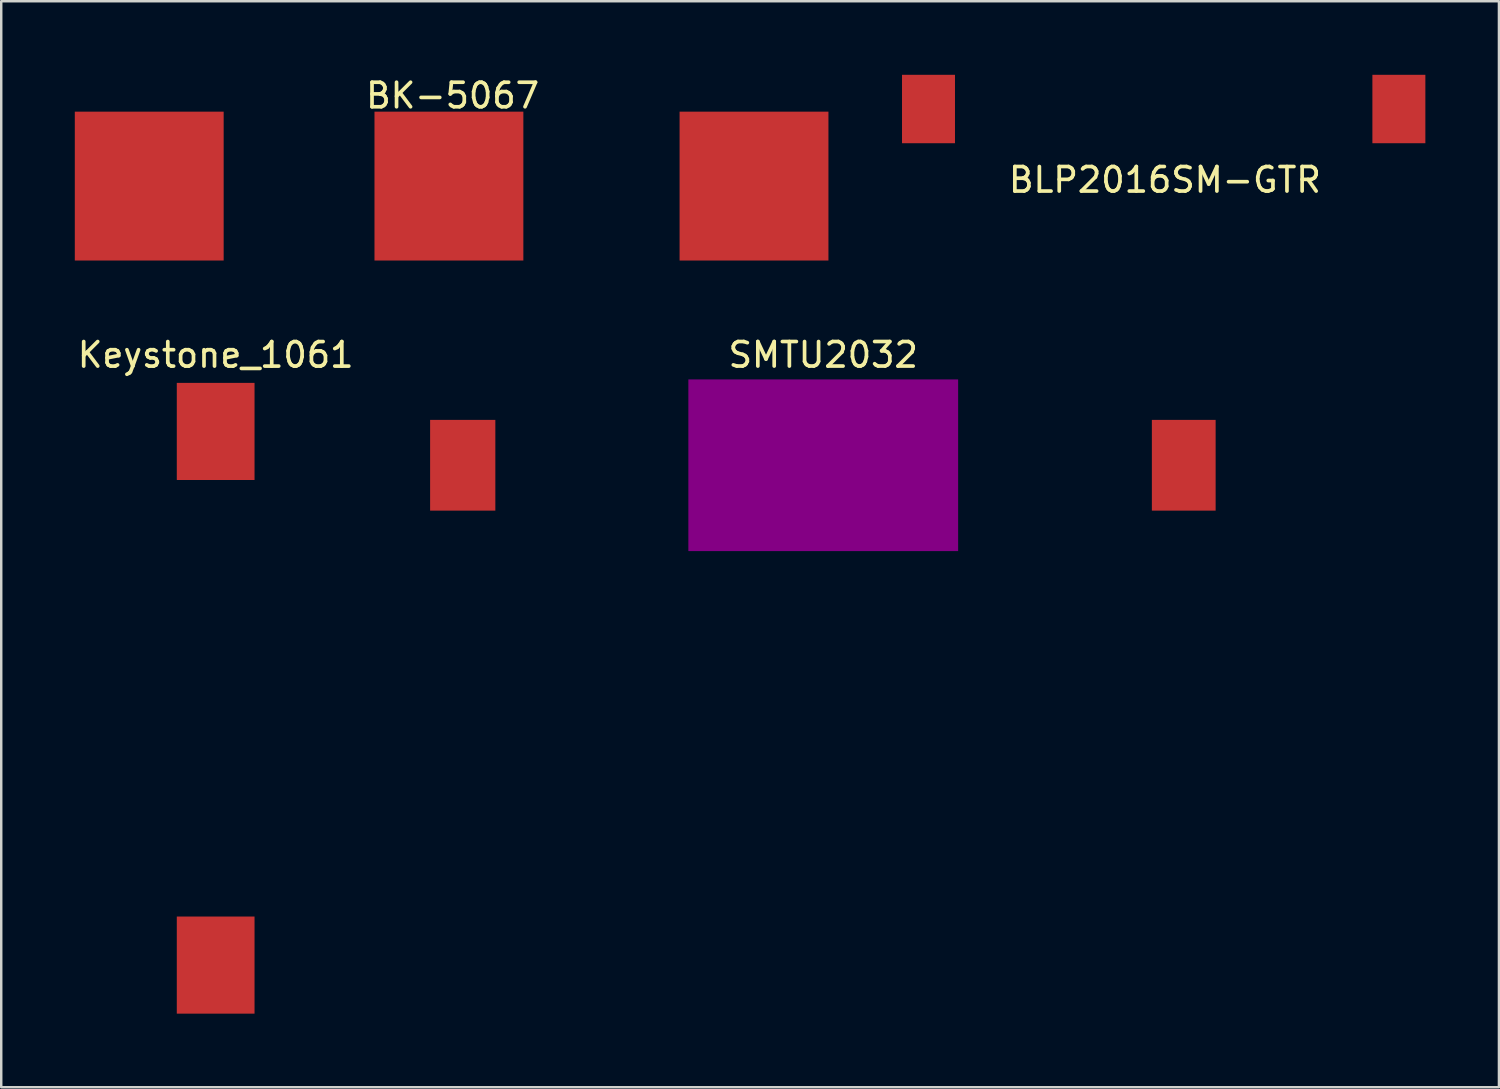
<source format=kicad_pcb>
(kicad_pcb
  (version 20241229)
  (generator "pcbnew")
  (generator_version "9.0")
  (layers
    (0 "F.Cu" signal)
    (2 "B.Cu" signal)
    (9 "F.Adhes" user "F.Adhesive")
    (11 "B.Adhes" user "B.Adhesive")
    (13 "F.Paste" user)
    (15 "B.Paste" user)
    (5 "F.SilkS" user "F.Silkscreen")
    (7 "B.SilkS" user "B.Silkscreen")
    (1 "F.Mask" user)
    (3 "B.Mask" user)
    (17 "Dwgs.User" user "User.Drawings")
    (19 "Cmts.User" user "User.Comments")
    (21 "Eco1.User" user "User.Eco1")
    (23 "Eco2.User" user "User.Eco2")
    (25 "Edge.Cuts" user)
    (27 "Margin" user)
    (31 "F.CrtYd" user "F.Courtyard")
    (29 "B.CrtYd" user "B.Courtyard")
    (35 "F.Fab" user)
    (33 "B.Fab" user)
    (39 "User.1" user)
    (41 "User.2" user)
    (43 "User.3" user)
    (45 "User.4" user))
  (footprint "BK-5067"
    (layer "F.Cu")
    (at 15.365 4.538)
    (property "Reference" "BK-5067" (at 0.04 -3.69 0) (layer "F.SilkS") (effects (font (size 1 1) (thickness 0.15))))
    (attr through_hole)
    (pad "1" smd rect (at -12.33 0 180) (size 6.07 6.07) (layers "F.Cu" "F.Mask" "F.Paste"))
    (pad "2" smd rect (at -0.11 0 180) (size 6.07 6.07) (layers "F.Cu" "F.Mask" "F.Paste"))
    (pad "3" smd rect (at 12.33 0 180) (size 6.07 6.07) (layers "F.Cu" "F.Mask" "F.Paste")))
  (footprint "SMTU2032"
    (layer "F.Cu")
    (at 30.518 15.921)
    (property "Reference" "SMTU2032" (at 0 -4.5 0) (layer "F.SilkS") (effects (font (size 1 1) (thickness 0.15))))
    (attr through_hole)
    (pad "" smd rect (at 0 0) (size 11 7) (layers "F.Adhes"))
    (pad "1" smd rect (at -14.7 0) (size 2.66 3.7) (layers "F.Cu" "F.Mask" "F.Paste"))
    (pad "2" smd rect (at 14.7 0) (size 2.6 3.7) (layers "F.Cu" "F.Mask" "F.Paste")))
  (footprint "Keystone_1061"
    (layer "F.Cu")
    (at 5.744 25.422)
    (property "Reference" "Keystone_1061" (at 0 -14 0) (layer "F.SilkS") (effects (font (size 1 1) (thickness 0.15))))
    (attr through_hole)
    (pad "1" smd rect (at 0 -10.88) (size 3.17 3.96) (layers "F.Cu" "F.Mask" "F.Paste"))
    (pad "2" smd rect (at 0 10.88) (size 3.17 3.96) (layers "F.Cu" "F.Mask" "F.Paste")))
  (footprint "BLP2016SM-GTR"
    (layer "F.Cu")
    (at 44.4 1.395)
    (property "Reference" "BLP2016SM-GTR" (at 0.05 2.89 0) (layer "F.SilkS") (effects (font (size 1 1) (thickness 0.15))))
    (attr through_hole)
    (pad "1" smd rect (at -9.59 0) (size 2.16 2.79) (layers "F.Cu" "F.Mask" "F.Paste"))
    (pad "2" smd rect (at 9.59 0) (size 2.16 2.79) (layers "F.Cu" "F.Mask" "F.Paste")))
  (gr_rect
    (start -3 -3)
    (end 58.07 41.282)
    (stroke (width 0.1) (type default))
    (fill no)
    (layer "Edge.Cuts")))
</source>
